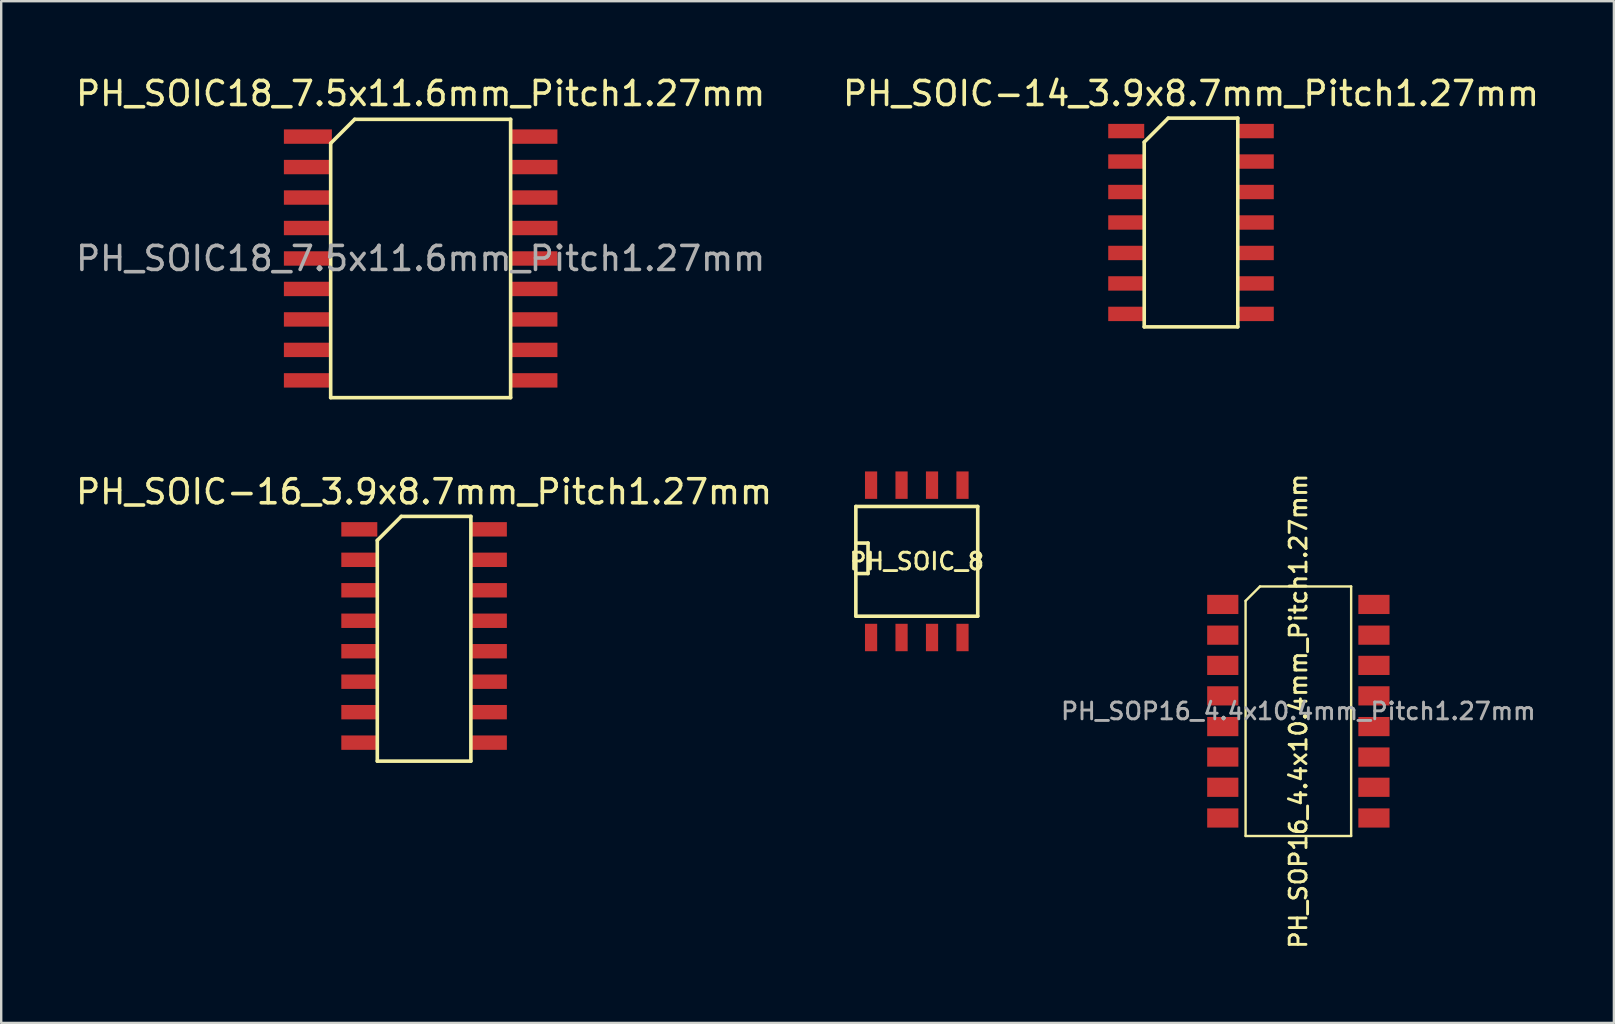
<source format=kicad_pcb>
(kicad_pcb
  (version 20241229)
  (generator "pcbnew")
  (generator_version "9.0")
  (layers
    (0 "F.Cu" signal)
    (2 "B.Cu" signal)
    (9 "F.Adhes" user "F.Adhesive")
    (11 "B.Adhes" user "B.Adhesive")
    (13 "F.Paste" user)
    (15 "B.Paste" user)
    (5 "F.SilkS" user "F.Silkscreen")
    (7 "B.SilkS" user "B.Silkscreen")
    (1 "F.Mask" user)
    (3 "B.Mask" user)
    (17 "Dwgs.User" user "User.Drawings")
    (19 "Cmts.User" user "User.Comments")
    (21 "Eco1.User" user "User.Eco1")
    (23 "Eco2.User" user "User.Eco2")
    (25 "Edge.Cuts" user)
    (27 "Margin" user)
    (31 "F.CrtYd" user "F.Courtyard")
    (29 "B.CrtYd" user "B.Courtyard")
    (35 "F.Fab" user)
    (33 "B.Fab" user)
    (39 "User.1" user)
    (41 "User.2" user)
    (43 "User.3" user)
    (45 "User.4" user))
  (footprint "PH_SOIC-14_3.9x8.7mm_Pitch1.27mm"
    (layer "F.Cu")
    (at 46.589 6.223)
    (property "Reference" "PH_SOIC-14_3.9x8.7mm_Pitch1.27mm" (at 0 -5.375 0) (layer "F.SilkS") (effects (font (size 1 1) (thickness 0.15))))
    (attr smd)
    (fp_line (start -1.95 -3.35) (end -0.95 -4.35) (stroke (width 0.15) (type solid)) (layer "F.SilkS"))
    (fp_line (start -1.95 4.35) (end -1.95 -3.35) (stroke (width 0.15) (type solid)) (layer "F.SilkS"))
    (fp_line (start -0.95 -4.35) (end 1.95 -4.35) (stroke (width 0.15) (type solid)) (layer "F.SilkS"))
    (fp_line (start 1.95 -4.35) (end 1.95 4.35) (stroke (width 0.15) (type solid)) (layer "F.SilkS"))
    (fp_line (start 1.95 4.35) (end -1.95 4.35) (stroke (width 0.15) (type solid)) (layer "F.SilkS"))
    (pad "1" smd rect (at -2.7 -3.81) (size 1.5 0.6) (layers "F.Cu" "F.Mask" "F.Paste"))
    (pad "2" smd rect (at -2.7 -2.54) (size 1.5 0.6) (layers "F.Cu" "F.Mask" "F.Paste"))
    (pad "3" smd rect (at -2.7 -1.27) (size 1.5 0.6) (layers "F.Cu" "F.Mask" "F.Paste"))
    (pad "4" smd rect (at -2.7 0) (size 1.5 0.6) (layers "F.Cu" "F.Mask" "F.Paste"))
    (pad "5" smd rect (at -2.7 1.27) (size 1.5 0.6) (layers "F.Cu" "F.Mask" "F.Paste"))
    (pad "6" smd rect (at -2.7 2.54) (size 1.5 0.6) (layers "F.Cu" "F.Mask" "F.Paste"))
    (pad "7" smd rect (at -2.7 3.81) (size 1.5 0.6) (layers "F.Cu" "F.Mask" "F.Paste"))
    (pad "8" smd rect (at 2.7 3.81) (size 1.5 0.6) (layers "F.Cu" "F.Mask" "F.Paste"))
    (pad "9" smd rect (at 2.7 2.54) (size 1.5 0.6) (layers "F.Cu" "F.Mask" "F.Paste"))
    (pad "10" smd rect (at 2.7 1.27) (size 1.5 0.6) (layers "F.Cu" "F.Mask" "F.Paste"))
    (pad "11" smd rect (at 2.7 0) (size 1.5 0.6) (layers "F.Cu" "F.Mask" "F.Paste"))
    (pad "12" smd rect (at 2.7 -1.27) (size 1.5 0.6) (layers "F.Cu" "F.Mask" "F.Paste"))
    (pad "13" smd rect (at 2.7 -2.54) (size 1.5 0.6) (layers "F.Cu" "F.Mask" "F.Paste"))
    (pad "14" smd rect (at 2.7 -3.81) (size 1.5 0.6) (layers "F.Cu" "F.Mask" "F.Paste")))
  (footprint "PH_SOP16_4.4x10.4mm_Pitch1.27mm"
    (layer "F.Cu")
    (at 51.063 26.592)
    (property "Reference" "PH_SOP16_4.4x10.4mm_Pitch1.27mm" (at 0 0 90) (layer "F.SilkS") (effects (font (size 0.7 0.7) (thickness 0.12))))
    (attr smd)
    (fp_line (start -2.2 -4.6) (end -1.6 -5.2) (stroke (width 0.1) (type solid)) (layer "F.SilkS"))
    (fp_line (start -2.2 5.2) (end -2.2 -4.6) (stroke (width 0.1) (type solid)) (layer "F.SilkS"))
    (fp_line (start -1.6 -5.2) (end 2.2 -5.2) (stroke (width 0.1) (type solid)) (layer "F.SilkS"))
    (fp_line (start 2.2 -5.2) (end 2.2 5.2) (stroke (width 0.1) (type solid)) (layer "F.SilkS"))
    (fp_line (start 2.2 5.2) (end -2.2 5.2) (stroke (width 0.1) (type solid)) (layer "F.SilkS"))
    (fp_text user "${REFERENCE}" (at 0 0 0) (layer "F.Fab") (effects (font (size 0.7 0.7) (thickness 0.12))))
    (pad "1" smd rect (at -3.15 -4.45) (size 1.3 0.8) (layers "F.Cu" "F.Mask" "F.Paste"))
    (pad "2" smd rect (at -3.15 -3.17) (size 1.3 0.8) (layers "F.Cu" "F.Mask" "F.Paste"))
    (pad "3" smd rect (at -3.15 -1.91) (size 1.3 0.8) (layers "F.Cu" "F.Mask" "F.Paste"))
    (pad "4" smd rect (at -3.15 -0.64) (size 1.3 0.8) (layers "F.Cu" "F.Mask" "F.Paste"))
    (pad "5" smd rect (at -3.15 0.64) (size 1.3 0.8) (layers "F.Cu" "F.Mask" "F.Paste"))
    (pad "6" smd rect (at -3.15 1.91) (size 1.3 0.8) (layers "F.Cu" "F.Mask" "F.Paste"))
    (pad "7" smd rect (at -3.15 3.17) (size 1.3 0.8) (layers "F.Cu" "F.Mask" "F.Paste"))
    (pad "8" smd rect (at -3.15 4.45) (size 1.3 0.8) (layers "F.Cu" "F.Mask" "F.Paste"))
    (pad "9" smd rect (at 3.15 4.45) (size 1.3 0.8) (layers "F.Cu" "F.Mask" "F.Paste"))
    (pad "10" smd rect (at 3.15 3.17) (size 1.3 0.8) (layers "F.Cu" "F.Mask" "F.Paste"))
    (pad "11" smd rect (at 3.15 1.91) (size 1.3 0.8) (layers "F.Cu" "F.Mask" "F.Paste"))
    (pad "12" smd rect (at 3.15 0.64) (size 1.3 0.8) (layers "F.Cu" "F.Mask" "F.Paste"))
    (pad "13" smd rect (at 3.15 -0.64) (size 1.3 0.8) (layers "F.Cu" "F.Mask" "F.Paste"))
    (pad "14" smd rect (at 3.15 -1.91) (size 1.3 0.8) (layers "F.Cu" "F.Mask" "F.Paste"))
    (pad "15" smd rect (at 3.15 -3.17) (size 1.3 0.8) (layers "F.Cu" "F.Mask" "F.Paste"))
    (pad "16" smd rect (at 3.15 -4.45) (size 1.3 0.8) (layers "F.Cu" "F.Mask" "F.Paste")))
  (footprint "PH_SOIC_8"
    (placed yes)
    (layer "F.Cu")
    (at 35.16 20.345)
    (property "Reference" "PH_SOIC_8" (at 0 0 0) (layer "F.SilkS") (effects (font (size 0.7 0.7) (thickness 0.12))))
    (attr smd)
    (fp_line (start -2.54 -2.286) (end 2.54 -2.286) (stroke (width 0.15) (type solid)) (layer "F.SilkS"))
    (fp_line (start -2.54 -0.762) (end -2.032 -0.762) (stroke (width 0.15) (type solid)) (layer "F.SilkS"))
    (fp_line (start -2.54 2.286) (end -2.54 -2.286) (stroke (width 0.15) (type solid)) (layer "F.SilkS"))
    (fp_line (start -2.032 -0.762) (end -2.032 0.508) (stroke (width 0.15) (type solid)) (layer "F.SilkS"))
    (fp_line (start -2.032 0.508) (end -2.54 0.508) (stroke (width 0.15) (type solid)) (layer "F.SilkS"))
    (fp_line (start 2.54 -2.286) (end 2.54 2.286) (stroke (width 0.15) (type solid)) (layer "F.SilkS"))
    (fp_line (start 2.54 2.286) (end -2.54 2.286) (stroke (width 0.15) (type solid)) (layer "F.SilkS"))
    (pad "1" smd rect (at -1.905 3.175) (size 0.508 1.143) (layers "F.Cu" "F.Mask" "F.Paste"))
    (pad "2" smd rect (at -0.635 3.175) (size 0.508 1.143) (layers "F.Cu" "F.Mask" "F.Paste"))
    (pad "3" smd rect (at 0.635 3.175) (size 0.508 1.143) (layers "F.Cu" "F.Mask" "F.Paste"))
    (pad "4" smd rect (at 1.905 3.175) (size 0.508 1.143) (layers "F.Cu" "F.Mask" "F.Paste"))
    (pad "5" smd rect (at 1.905 -3.175) (size 0.508 1.143) (layers "F.Cu" "F.Mask" "F.Paste"))
    (pad "6" smd rect (at 0.635 -3.175) (size 0.508 1.143) (layers "F.Cu" "F.Mask" "F.Paste"))
    (pad "7" smd rect (at -0.635 -3.175) (size 0.508 1.143) (layers "F.Cu" "F.Mask" "F.Paste"))
    (pad "8" smd rect (at -1.905 -3.175) (size 0.508 1.143) (layers "F.Cu" "F.Mask" "F.Paste")))
  (footprint "PH_SOIC-16_3.9x8.7mm_Pitch1.27mm"
    (layer "F.Cu")
    (at 14.625 22.822)
    (property "Reference" "PH_SOIC-16_3.9x8.7mm_Pitch1.27mm" (at 0 -5.375 0) (layer "F.SilkS") (effects (font (size 1 1) (thickness 0.15))))
    (attr smd)
    (fp_line (start -1.95 -3.35) (end -0.95 -4.35) (stroke (width 0.15) (type solid)) (layer "F.SilkS"))
    (fp_line (start -1.95 5.85) (end -1.95 -3.35) (stroke (width 0.15) (type solid)) (layer "F.SilkS"))
    (fp_line (start -0.95 -4.35) (end 1.95 -4.35) (stroke (width 0.15) (type solid)) (layer "F.SilkS"))
    (fp_line (start 1.95 -4.35) (end 1.95 5.85) (stroke (width 0.15) (type solid)) (layer "F.SilkS"))
    (fp_line (start 1.95 5.85) (end -1.95 5.85) (stroke (width 0.15) (type solid)) (layer "F.SilkS"))
    (pad "1" smd rect (at -2.7 -3.81) (size 1.5 0.6) (layers "F.Cu" "F.Mask" "F.Paste"))
    (pad "2" smd rect (at -2.7 -2.54) (size 1.5 0.6) (layers "F.Cu" "F.Mask" "F.Paste"))
    (pad "3" smd rect (at -2.7 -1.27) (size 1.5 0.6) (layers "F.Cu" "F.Mask" "F.Paste"))
    (pad "4" smd rect (at -2.7 0) (size 1.5 0.6) (layers "F.Cu" "F.Mask" "F.Paste"))
    (pad "5" smd rect (at -2.7 1.27) (size 1.5 0.6) (layers "F.Cu" "F.Mask" "F.Paste"))
    (pad "6" smd rect (at -2.7 2.54) (size 1.5 0.6) (layers "F.Cu" "F.Mask" "F.Paste"))
    (pad "7" smd rect (at -2.7 3.81) (size 1.5 0.6) (layers "F.Cu" "F.Mask" "F.Paste"))
    (pad "8" smd rect (at -2.7 5.08) (size 1.5 0.6) (layers "F.Cu" "F.Mask" "F.Paste"))
    (pad "9" smd rect (at 2.7 5.08) (size 1.5 0.6) (layers "F.Cu" "F.Mask" "F.Paste"))
    (pad "10" smd rect (at 2.7 3.81) (size 1.5 0.6) (layers "F.Cu" "F.Mask" "F.Paste"))
    (pad "11" smd rect (at 2.7 2.54) (size 1.5 0.6) (layers "F.Cu" "F.Mask" "F.Paste"))
    (pad "12" smd rect (at 2.7 1.27) (size 1.5 0.6) (layers "F.Cu" "F.Mask" "F.Paste"))
    (pad "13" smd rect (at 2.7 0) (size 1.5 0.6) (layers "F.Cu" "F.Mask" "F.Paste"))
    (pad "14" smd rect (at 2.7 -1.27) (size 1.5 0.6) (layers "F.Cu" "F.Mask" "F.Paste"))
    (pad "15" smd rect (at 2.7 -2.54) (size 1.5 0.6) (layers "F.Cu" "F.Mask" "F.Paste"))
    (pad "16" smd rect (at 2.7 -3.81) (size 1.5 0.6) (layers "F.Cu" "F.Mask" "F.Paste")))
  (footprint "PH_SOIC18_7.5x11.6mm_Pitch1.27mm"
    (layer "F.Cu")
    (at 14.482 7.723)
    (property "Reference" "PH_SOIC18_7.5x11.6mm_Pitch1.27mm" (at 0 -6.875 0) (layer "F.SilkS") (effects (font (size 1 1) (thickness 0.15))))
    (attr smd)
    (fp_line (start -3.75 -4.8) (end -2.75 -5.8) (stroke (width 0.15) (type solid)) (layer "F.SilkS"))
    (fp_line (start -3.75 5.8) (end -3.75 -4.8) (stroke (width 0.15) (type solid)) (layer "F.SilkS"))
    (fp_line (start -2.75 -5.8) (end 3.75 -5.8) (stroke (width 0.15) (type solid)) (layer "F.SilkS"))
    (fp_line (start 3.75 -5.8) (end 3.75 5.8) (stroke (width 0.15) (type solid)) (layer "F.SilkS"))
    (fp_line (start 3.75 5.8) (end -3.75 5.8) (stroke (width 0.15) (type solid)) (layer "F.SilkS"))
    (fp_text user "${REFERENCE}" (at 0 0 0) (layer "F.Fab") (effects (font (size 1 1) (thickness 0.15))))
    (pad "1" smd rect (at -4.7 -5.08) (size 2 0.6) (layers "F.Cu" "F.Mask" "F.Paste"))
    (pad "2" smd rect (at -4.7 -3.81) (size 2 0.6) (layers "F.Cu" "F.Mask" "F.Paste"))
    (pad "3" smd rect (at -4.7 -2.54) (size 2 0.6) (layers "F.Cu" "F.Mask" "F.Paste"))
    (pad "4" smd rect (at -4.7 -1.27) (size 2 0.6) (layers "F.Cu" "F.Mask" "F.Paste"))
    (pad "5" smd rect (at -4.7 0) (size 2 0.6) (layers "F.Cu" "F.Mask" "F.Paste"))
    (pad "6" smd rect (at -4.7 1.27) (size 2 0.6) (layers "F.Cu" "F.Mask" "F.Paste"))
    (pad "7" smd rect (at -4.7 2.54) (size 2 0.6) (layers "F.Cu" "F.Mask" "F.Paste"))
    (pad "8" smd rect (at -4.7 3.81) (size 2 0.6) (layers "F.Cu" "F.Mask" "F.Paste"))
    (pad "9" smd rect (at -4.7 5.08) (size 2 0.6) (layers "F.Cu" "F.Mask" "F.Paste"))
    (pad "10" smd rect (at 4.7 5.08) (size 2 0.6) (layers "F.Cu" "F.Mask" "F.Paste"))
    (pad "11" smd rect (at 4.7 3.81) (size 2 0.6) (layers "F.Cu" "F.Mask" "F.Paste"))
    (pad "12" smd rect (at 4.7 2.54) (size 2 0.6) (layers "F.Cu" "F.Mask" "F.Paste"))
    (pad "13" smd rect (at 4.7 1.27) (size 2 0.6) (layers "F.Cu" "F.Mask" "F.Paste"))
    (pad "14" smd rect (at 4.7 0) (size 2 0.6) (layers "F.Cu" "F.Mask" "F.Paste"))
    (pad "15" smd rect (at 4.7 -1.27) (size 2 0.6) (layers "F.Cu" "F.Mask" "F.Paste"))
    (pad "16" smd rect (at 4.7 -2.54) (size 2 0.6) (layers "F.Cu" "F.Mask" "F.Paste"))
    (pad "17" smd rect (at 4.7 -3.81) (size 2 0.6) (layers "F.Cu" "F.Mask" "F.Paste"))
    (pad "18" smd rect (at 4.7 -5.08) (size 2 0.6) (layers "F.Cu" "F.Mask" "F.Paste")))
  (gr_rect
    (start -3 -3)
    (end 64.214 39.585)
    (stroke (width 0.1) (type default))
    (fill no)
    (layer "Edge.Cuts")))
</source>
